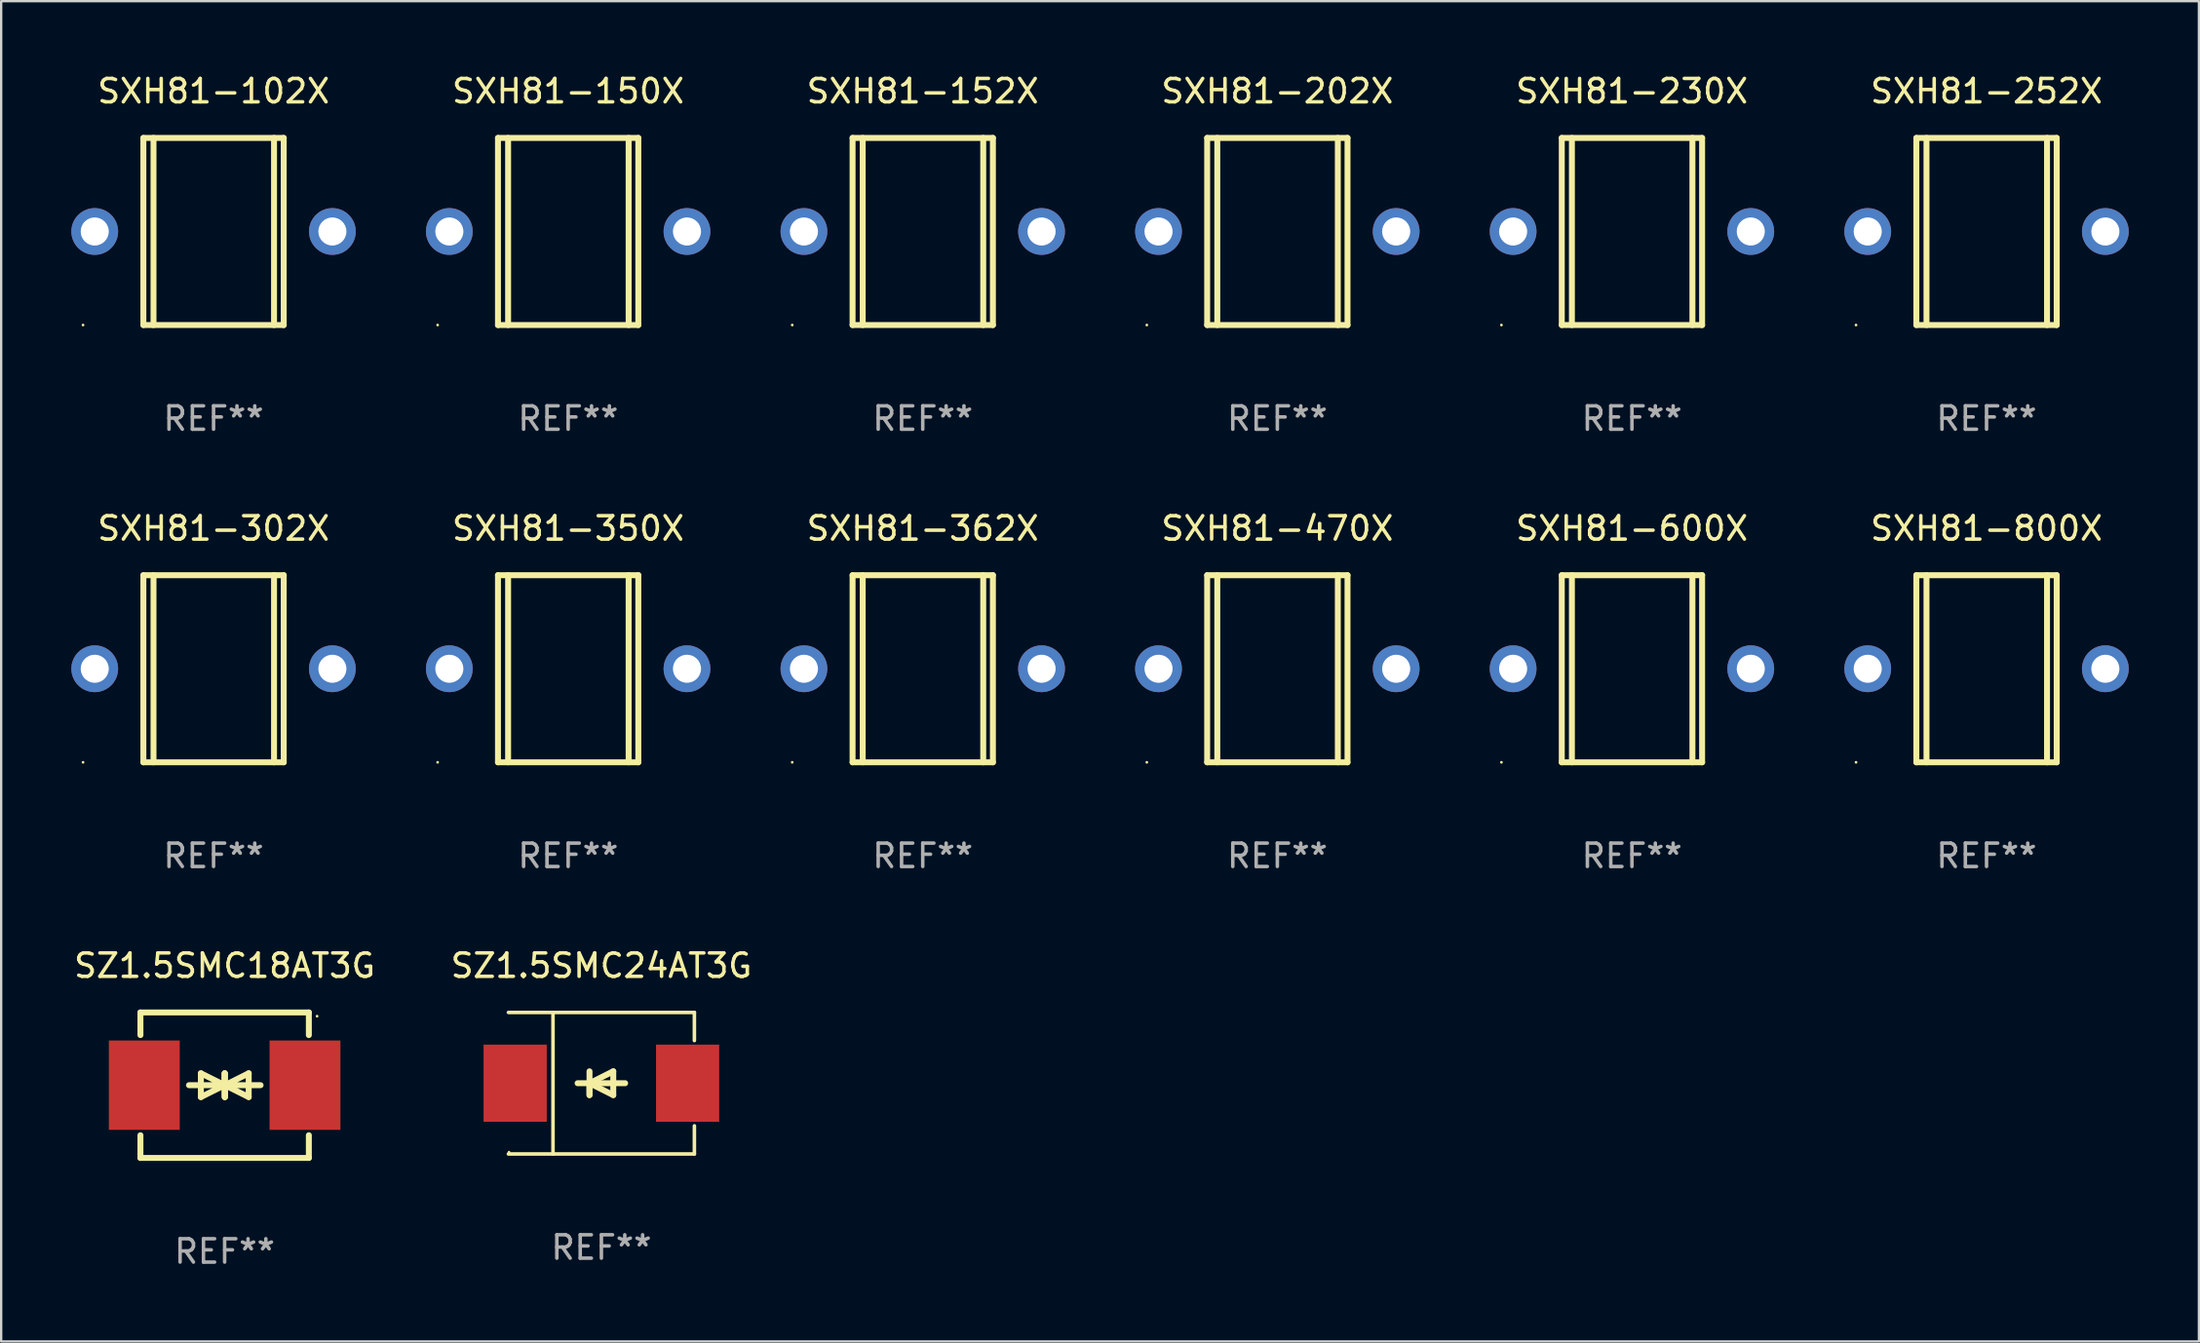
<source format=kicad_pcb>
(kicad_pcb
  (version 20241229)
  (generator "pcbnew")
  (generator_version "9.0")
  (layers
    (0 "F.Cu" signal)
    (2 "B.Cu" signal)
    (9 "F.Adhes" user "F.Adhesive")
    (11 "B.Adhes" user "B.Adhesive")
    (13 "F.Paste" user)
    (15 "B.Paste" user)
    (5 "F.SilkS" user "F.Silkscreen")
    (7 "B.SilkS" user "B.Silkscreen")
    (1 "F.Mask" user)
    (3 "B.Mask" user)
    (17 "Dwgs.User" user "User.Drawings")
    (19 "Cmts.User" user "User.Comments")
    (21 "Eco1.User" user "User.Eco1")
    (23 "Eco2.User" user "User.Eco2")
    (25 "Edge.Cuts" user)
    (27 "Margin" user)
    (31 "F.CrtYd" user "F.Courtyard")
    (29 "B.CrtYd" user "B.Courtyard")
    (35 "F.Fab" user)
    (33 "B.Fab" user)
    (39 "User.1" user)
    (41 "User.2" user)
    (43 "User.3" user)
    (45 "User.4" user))
  (footprint "SXH81-600X"
    (layer "F.Cu")
    (at 66.72 25.545)
    (property "Reference" "SXH81-600X" (at 0 -6 0) (layer "F.SilkS") (effects (font (size 1 1) (thickness 0.15))))
    (attr through_hole)
    (fp_line (start -3 -4) (end -3 4) (stroke (width 0.254) (type solid)) (layer "F.SilkS"))
    (fp_line (start -3 -4) (end 3 -4) (stroke (width 0.254) (type solid)) (layer "F.SilkS"))
    (fp_line (start -3 4) (end 3 4) (stroke (width 0.254) (type solid)) (layer "F.SilkS"))
    (fp_line (start -2.567 -4) (end -2.567 4) (stroke (width 0.254) (type solid)) (layer "F.SilkS"))
    (fp_line (start 2.586 -4) (end 2.586 4) (stroke (width 0.254) (type solid)) (layer "F.SilkS"))
    (fp_line (start 3 -4) (end 3 4) (stroke (width 0.254) (type solid)) (layer "F.SilkS"))
    (fp_circle (center -5.58 4) (end -5.55 4) (stroke (width 0.06) (type solid)) (fill no) (layer "F.SilkS"))
    (fp_text user "REF**" (at 0 8 0) (layer "F.Fab") (effects (font (size 1 1) (thickness 0.15))))
    (pad "1" thru_hole circle (at -5.08 0) (size 2 2) (drill 1.2) (layers "*.Cu" "*.Mask"))
    (pad "2" thru_hole circle (at 5.08 0) (size 2 2) (drill 1.2) (layers "*.Cu" "*.Mask")))
  (footprint "SXH81-302X"
    (layer "F.Cu")
    (at 6.08 25.545)
    (property "Reference" "SXH81-302X" (at 0 -6 0) (layer "F.SilkS") (effects (font (size 1 1) (thickness 0.15))))
    (attr through_hole)
    (fp_line (start -3 -4) (end -3 4) (stroke (width 0.254) (type solid)) (layer "F.SilkS"))
    (fp_line (start -3 -4) (end 3 -4) (stroke (width 0.254) (type solid)) (layer "F.SilkS"))
    (fp_line (start -3 4) (end 3 4) (stroke (width 0.254) (type solid)) (layer "F.SilkS"))
    (fp_line (start -2.567 -4) (end -2.567 4) (stroke (width 0.254) (type solid)) (layer "F.SilkS"))
    (fp_line (start 2.586 -4) (end 2.586 4) (stroke (width 0.254) (type solid)) (layer "F.SilkS"))
    (fp_line (start 3 -4) (end 3 4) (stroke (width 0.254) (type solid)) (layer "F.SilkS"))
    (fp_circle (center -5.58 4) (end -5.55 4) (stroke (width 0.06) (type solid)) (fill no) (layer "F.SilkS"))
    (fp_text user "REF**" (at 0 8 0) (layer "F.Fab") (effects (font (size 1 1) (thickness 0.15))))
    (pad "1" thru_hole circle (at -5.08 0) (size 2 2) (drill 1.2) (layers "*.Cu" "*.Mask"))
    (pad "2" thru_hole circle (at 5.08 0) (size 2 2) (drill 1.2) (layers "*.Cu" "*.Mask")))
  (footprint "SXH81-152X"
    (layer "F.Cu")
    (at 36.4 6.848)
    (property "Reference" "SXH81-152X" (at 0 -6 0) (layer "F.SilkS") (effects (font (size 1 1) (thickness 0.15))))
    (attr through_hole)
    (fp_line (start -3 -4) (end -3 4) (stroke (width 0.254) (type solid)) (layer "F.SilkS"))
    (fp_line (start -3 -4) (end 3 -4) (stroke (width 0.254) (type solid)) (layer "F.SilkS"))
    (fp_line (start -3 4) (end 3 4) (stroke (width 0.254) (type solid)) (layer "F.SilkS"))
    (fp_line (start -2.567 -4) (end -2.567 4) (stroke (width 0.254) (type solid)) (layer "F.SilkS"))
    (fp_line (start 2.586 -4) (end 2.586 4) (stroke (width 0.254) (type solid)) (layer "F.SilkS"))
    (fp_line (start 3 -4) (end 3 4) (stroke (width 0.254) (type solid)) (layer "F.SilkS"))
    (fp_circle (center -5.58 4) (end -5.55 4) (stroke (width 0.06) (type solid)) (fill no) (layer "F.SilkS"))
    (fp_text user "REF**" (at 0 8 0) (layer "F.Fab") (effects (font (size 1 1) (thickness 0.15))))
    (pad "1" thru_hole circle (at -5.08 0) (size 2 2) (drill 1.2) (layers "*.Cu" "*.Mask"))
    (pad "2" thru_hole circle (at 5.08 0) (size 2 2) (drill 1.2) (layers "*.Cu" "*.Mask")))
  (footprint "SXH81-150X"
    (layer "F.Cu")
    (at 21.24 6.848)
    (property "Reference" "SXH81-150X" (at 0 -6 0) (layer "F.SilkS") (effects (font (size 1 1) (thickness 0.15))))
    (attr through_hole)
    (fp_line (start -3 -4) (end -3 4) (stroke (width 0.254) (type solid)) (layer "F.SilkS"))
    (fp_line (start -3 -4) (end 3 -4) (stroke (width 0.254) (type solid)) (layer "F.SilkS"))
    (fp_line (start -3 4) (end 3 4) (stroke (width 0.254) (type solid)) (layer "F.SilkS"))
    (fp_line (start -2.567 -4) (end -2.567 4) (stroke (width 0.254) (type solid)) (layer "F.SilkS"))
    (fp_line (start 2.586 -4) (end 2.586 4) (stroke (width 0.254) (type solid)) (layer "F.SilkS"))
    (fp_line (start 3 -4) (end 3 4) (stroke (width 0.254) (type solid)) (layer "F.SilkS"))
    (fp_circle (center -5.58 4) (end -5.55 4) (stroke (width 0.06) (type solid)) (fill no) (layer "F.SilkS"))
    (fp_text user "REF**" (at 0 8 0) (layer "F.Fab") (effects (font (size 1 1) (thickness 0.15))))
    (pad "1" thru_hole circle (at -5.08 0) (size 2 2) (drill 1.2) (layers "*.Cu" "*.Mask"))
    (pad "2" thru_hole circle (at 5.08 0) (size 2 2) (drill 1.2) (layers "*.Cu" "*.Mask")))
  (footprint "SZ1.5SMC18AT3G"
    (layer "F.Cu")
    (at 6.554 43.351)
    (property "Reference" "SZ1.5SMC18AT3G" (at 0 -5.11 0) (layer "F.SilkS") (effects (font (size 1 1) (thickness 0.15))))
    (attr through_hole)
    (fp_line (start -3.6 -2.141) (end -3.6 -3.11) (stroke (width 0.254) (type solid)) (layer "F.SilkS"))
    (fp_line (start -3.6 3.11) (end -3.6 2.141) (stroke (width 0.254) (type solid)) (layer "F.SilkS"))
    (fp_line (start -1.524 0) (end 0.508 0) (stroke (width 0.254) (type solid)) (layer "F.SilkS"))
    (fp_line (start -1.016 -0.508) (end -1.016 0.508) (stroke (width 0.254) (type solid)) (layer "F.SilkS"))
    (fp_line (start -1.016 0.508) (end 0 0) (stroke (width 0.254) (type solid)) (layer "F.SilkS"))
    (fp_line (start 0 -0.508) (end 0 0.508) (stroke (width 0.254) (type solid)) (layer "F.SilkS"))
    (fp_line (start 0 0) (end -1.016 -0.508) (stroke (width 0.254) (type solid)) (layer "F.SilkS"))
    (fp_line (start 0 0) (end 0 -0.508) (stroke (width 0.254) (type solid)) (layer "F.SilkS"))
    (fp_line (start 0.012 0) (end 0.012 0.508) (stroke (width 0.254) (type solid)) (layer "F.SilkS"))
    (fp_line (start 0.012 0) (end 1.028 0.508) (stroke (width 0.254) (type solid)) (layer "F.SilkS"))
    (fp_line (start 0.012 0.508) (end 0.012 -0.508) (stroke (width 0.254) (type solid)) (layer "F.SilkS"))
    (fp_line (start 1.028 -0.508) (end 0.012 0) (stroke (width 0.254) (type solid)) (layer "F.SilkS"))
    (fp_line (start 1.028 0.508) (end 1.028 -0.508) (stroke (width 0.254) (type solid)) (layer "F.SilkS"))
    (fp_line (start 1.536 0) (end -0.496 0) (stroke (width 0.254) (type solid)) (layer "F.SilkS"))
    (fp_line (start 3.6 -3.11) (end -3.6 -3.11) (stroke (width 0.254) (type solid)) (layer "F.SilkS"))
    (fp_line (start 3.6 -2.141) (end 3.6 -3.11) (stroke (width 0.254) (type solid)) (layer "F.SilkS"))
    (fp_line (start 3.6 3.11) (end -3.6 3.11) (stroke (width 0.254) (type solid)) (layer "F.SilkS"))
    (fp_line (start 3.6 3.11) (end 3.6 2.141) (stroke (width 0.254) (type solid)) (layer "F.SilkS"))
    (fp_circle (center 3.952 -2.95) (end 3.982 -2.95) (stroke (width 0.06) (type solid)) (fill no) (layer "F.SilkS"))
    (fp_text user "REF**" (at 0 7.11 0) (layer "F.Fab") (effects (font (size 1 1) (thickness 0.15))))
    (pad "1" smd rect (at 3.435 0) (size 3.03 3.82) (layers "F.Cu" "F.Mask" "F.Paste"))
    (pad "2" smd rect (at -3.435 0) (size 3.03 3.82) (layers "F.Cu" "F.Mask" "F.Paste")))
  (footprint "SZ1.5SMC24AT3G"
    (layer "F.Cu")
    (at 22.661 43.267)
    (property "Reference" "SZ1.5SMC24AT3G" (at 0 -5.026 0) (layer "F.SilkS") (effects (font (size 1 1) (thickness 0.15))))
    (attr through_hole)
    (fp_line (start -3.976 -3.026) (end 3.976 -3.026) (stroke (width 0.152) (type solid)) (layer "F.SilkS"))
    (fp_line (start -3.976 3.026) (end 3.976 3.026) (stroke (width 0.152) (type solid)) (layer "F.SilkS"))
    (fp_line (start -2.069 -3.026) (end -2.069 3.026) (stroke (width 0.152) (type solid)) (layer "F.SilkS"))
    (fp_line (start -0.508 0) (end -0.508 0.508) (stroke (width 0.254) (type solid)) (layer "F.SilkS"))
    (fp_line (start -0.508 0) (end 0.508 0.508) (stroke (width 0.254) (type solid)) (layer "F.SilkS"))
    (fp_line (start -0.508 0.508) (end -0.508 -0.508) (stroke (width 0.254) (type solid)) (layer "F.SilkS"))
    (fp_line (start 0.508 -0.508) (end -0.508 0) (stroke (width 0.254) (type solid)) (layer "F.SilkS"))
    (fp_line (start 0.508 0.508) (end 0.508 -0.508) (stroke (width 0.254) (type solid)) (layer "F.SilkS"))
    (fp_line (start 1.016 0) (end -1.016 0) (stroke (width 0.254) (type solid)) (layer "F.SilkS"))
    (fp_line (start 3.976 -3.026) (end 3.976 -1.823) (stroke (width 0.152) (type solid)) (layer "F.SilkS"))
    (fp_line (start 3.976 3.026) (end 3.976 1.823) (stroke (width 0.152) (type solid)) (layer "F.SilkS"))
    (fp_circle (center -3.95 2.95) (end -3.92 2.95) (stroke (width 0.06) (type solid)) (fill no) (layer "F.SilkS"))
    (fp_text user "REF**" (at 0 7.026 0) (layer "F.Fab") (effects (font (size 1 1) (thickness 0.15))))
    (pad "1" smd rect (at -3.686 0) (size 2.7 3.3) (layers "F.Cu" "F.Mask" "F.Paste"))
    (pad "2" smd rect (at 3.686 0) (size 2.7 3.3) (layers "F.Cu" "F.Mask" "F.Paste")))
  (footprint "SXH81-470X"
    (layer "F.Cu")
    (at 51.56 25.545)
    (property "Reference" "SXH81-470X" (at 0 -6 0) (layer "F.SilkS") (effects (font (size 1 1) (thickness 0.15))))
    (attr through_hole)
    (fp_line (start -3 -4) (end -3 4) (stroke (width 0.254) (type solid)) (layer "F.SilkS"))
    (fp_line (start -3 -4) (end 3 -4) (stroke (width 0.254) (type solid)) (layer "F.SilkS"))
    (fp_line (start -3 4) (end 3 4) (stroke (width 0.254) (type solid)) (layer "F.SilkS"))
    (fp_line (start -2.567 -4) (end -2.567 4) (stroke (width 0.254) (type solid)) (layer "F.SilkS"))
    (fp_line (start 2.586 -4) (end 2.586 4) (stroke (width 0.254) (type solid)) (layer "F.SilkS"))
    (fp_line (start 3 -4) (end 3 4) (stroke (width 0.254) (type solid)) (layer "F.SilkS"))
    (fp_circle (center -5.58 4) (end -5.55 4) (stroke (width 0.06) (type solid)) (fill no) (layer "F.SilkS"))
    (fp_text user "REF**" (at 0 8 0) (layer "F.Fab") (effects (font (size 1 1) (thickness 0.15))))
    (pad "1" thru_hole circle (at -5.08 0) (size 2 2) (drill 1.2) (layers "*.Cu" "*.Mask"))
    (pad "2" thru_hole circle (at 5.08 0) (size 2 2) (drill 1.2) (layers "*.Cu" "*.Mask")))
  (footprint "SXH81-252X"
    (layer "F.Cu")
    (at 81.88 6.848)
    (property "Reference" "SXH81-252X" (at 0 -6 0) (layer "F.SilkS") (effects (font (size 1 1) (thickness 0.15))))
    (attr through_hole)
    (fp_line (start -3 -4) (end -3 4) (stroke (width 0.254) (type solid)) (layer "F.SilkS"))
    (fp_line (start -3 -4) (end 3 -4) (stroke (width 0.254) (type solid)) (layer "F.SilkS"))
    (fp_line (start -3 4) (end 3 4) (stroke (width 0.254) (type solid)) (layer "F.SilkS"))
    (fp_line (start -2.567 -4) (end -2.567 4) (stroke (width 0.254) (type solid)) (layer "F.SilkS"))
    (fp_line (start 2.586 -4) (end 2.586 4) (stroke (width 0.254) (type solid)) (layer "F.SilkS"))
    (fp_line (start 3 -4) (end 3 4) (stroke (width 0.254) (type solid)) (layer "F.SilkS"))
    (fp_circle (center -5.58 4) (end -5.55 4) (stroke (width 0.06) (type solid)) (fill no) (layer "F.SilkS"))
    (fp_text user "REF**" (at 0 8 0) (layer "F.Fab") (effects (font (size 1 1) (thickness 0.15))))
    (pad "1" thru_hole circle (at -5.08 0) (size 2 2) (drill 1.2) (layers "*.Cu" "*.Mask"))
    (pad "2" thru_hole circle (at 5.08 0) (size 2 2) (drill 1.2) (layers "*.Cu" "*.Mask")))
  (footprint "SXH81-362X"
    (layer "F.Cu")
    (at 36.4 25.545)
    (property "Reference" "SXH81-362X" (at 0 -6 0) (layer "F.SilkS") (effects (font (size 1 1) (thickness 0.15))))
    (attr through_hole)
    (fp_line (start -3 -4) (end -3 4) (stroke (width 0.254) (type solid)) (layer "F.SilkS"))
    (fp_line (start -3 -4) (end 3 -4) (stroke (width 0.254) (type solid)) (layer "F.SilkS"))
    (fp_line (start -3 4) (end 3 4) (stroke (width 0.254) (type solid)) (layer "F.SilkS"))
    (fp_line (start -2.567 -4) (end -2.567 4) (stroke (width 0.254) (type solid)) (layer "F.SilkS"))
    (fp_line (start 2.586 -4) (end 2.586 4) (stroke (width 0.254) (type solid)) (layer "F.SilkS"))
    (fp_line (start 3 -4) (end 3 4) (stroke (width 0.254) (type solid)) (layer "F.SilkS"))
    (fp_circle (center -5.58 4) (end -5.55 4) (stroke (width 0.06) (type solid)) (fill no) (layer "F.SilkS"))
    (fp_text user "REF**" (at 0 8 0) (layer "F.Fab") (effects (font (size 1 1) (thickness 0.15))))
    (pad "1" thru_hole circle (at -5.08 0) (size 2 2) (drill 1.2) (layers "*.Cu" "*.Mask"))
    (pad "2" thru_hole circle (at 5.08 0) (size 2 2) (drill 1.2) (layers "*.Cu" "*.Mask")))
  (footprint "SXH81-800X"
    (layer "F.Cu")
    (at 81.88 25.545)
    (property "Reference" "SXH81-800X" (at 0 -6 0) (layer "F.SilkS") (effects (font (size 1 1) (thickness 0.15))))
    (attr through_hole)
    (fp_line (start -3 -4) (end -3 4) (stroke (width 0.254) (type solid)) (layer "F.SilkS"))
    (fp_line (start -3 -4) (end 3 -4) (stroke (width 0.254) (type solid)) (layer "F.SilkS"))
    (fp_line (start -3 4) (end 3 4) (stroke (width 0.254) (type solid)) (layer "F.SilkS"))
    (fp_line (start -2.567 -4) (end -2.567 4) (stroke (width 0.254) (type solid)) (layer "F.SilkS"))
    (fp_line (start 2.586 -4) (end 2.586 4) (stroke (width 0.254) (type solid)) (layer "F.SilkS"))
    (fp_line (start 3 -4) (end 3 4) (stroke (width 0.254) (type solid)) (layer "F.SilkS"))
    (fp_circle (center -5.58 4) (end -5.55 4) (stroke (width 0.06) (type solid)) (fill no) (layer "F.SilkS"))
    (fp_text user "REF**" (at 0 8 0) (layer "F.Fab") (effects (font (size 1 1) (thickness 0.15))))
    (pad "1" thru_hole circle (at -5.08 0) (size 2 2) (drill 1.2) (layers "*.Cu" "*.Mask"))
    (pad "2" thru_hole circle (at 5.08 0) (size 2 2) (drill 1.2) (layers "*.Cu" "*.Mask")))
  (footprint "SXH81-102X"
    (layer "F.Cu")
    (at 6.08 6.848)
    (property "Reference" "SXH81-102X" (at 0 -6 0) (layer "F.SilkS") (effects (font (size 1 1) (thickness 0.15))))
    (attr through_hole)
    (fp_line (start -3 -4) (end -3 4) (stroke (width 0.254) (type solid)) (layer "F.SilkS"))
    (fp_line (start -3 -4) (end 3 -4) (stroke (width 0.254) (type solid)) (layer "F.SilkS"))
    (fp_line (start -3 4) (end 3 4) (stroke (width 0.254) (type solid)) (layer "F.SilkS"))
    (fp_line (start -2.567 -4) (end -2.567 4) (stroke (width 0.254) (type solid)) (layer "F.SilkS"))
    (fp_line (start 2.586 -4) (end 2.586 4) (stroke (width 0.254) (type solid)) (layer "F.SilkS"))
    (fp_line (start 3 -4) (end 3 4) (stroke (width 0.254) (type solid)) (layer "F.SilkS"))
    (fp_circle (center -5.58 4) (end -5.55 4) (stroke (width 0.06) (type solid)) (fill no) (layer "F.SilkS"))
    (fp_text user "REF**" (at 0 8 0) (layer "F.Fab") (effects (font (size 1 1) (thickness 0.15))))
    (pad "1" thru_hole circle (at -5.08 0) (size 2 2) (drill 1.2) (layers "*.Cu" "*.Mask"))
    (pad "2" thru_hole circle (at 5.08 0) (size 2 2) (drill 1.2) (layers "*.Cu" "*.Mask")))
  (footprint "SXH81-350X"
    (layer "F.Cu")
    (at 21.24 25.545)
    (property "Reference" "SXH81-350X" (at 0 -6 0) (layer "F.SilkS") (effects (font (size 1 1) (thickness 0.15))))
    (attr through_hole)
    (fp_line (start -3 -4) (end -3 4) (stroke (width 0.254) (type solid)) (layer "F.SilkS"))
    (fp_line (start -3 -4) (end 3 -4) (stroke (width 0.254) (type solid)) (layer "F.SilkS"))
    (fp_line (start -3 4) (end 3 4) (stroke (width 0.254) (type solid)) (layer "F.SilkS"))
    (fp_line (start -2.567 -4) (end -2.567 4) (stroke (width 0.254) (type solid)) (layer "F.SilkS"))
    (fp_line (start 2.586 -4) (end 2.586 4) (stroke (width 0.254) (type solid)) (layer "F.SilkS"))
    (fp_line (start 3 -4) (end 3 4) (stroke (width 0.254) (type solid)) (layer "F.SilkS"))
    (fp_circle (center -5.58 4) (end -5.55 4) (stroke (width 0.06) (type solid)) (fill no) (layer "F.SilkS"))
    (fp_text user "REF**" (at 0 8 0) (layer "F.Fab") (effects (font (size 1 1) (thickness 0.15))))
    (pad "1" thru_hole circle (at -5.08 0) (size 2 2) (drill 1.2) (layers "*.Cu" "*.Mask"))
    (pad "2" thru_hole circle (at 5.08 0) (size 2 2) (drill 1.2) (layers "*.Cu" "*.Mask")))
  (footprint "SXH81-230X"
    (layer "F.Cu")
    (at 66.72 6.848)
    (property "Reference" "SXH81-230X" (at 0 -6 0) (layer "F.SilkS") (effects (font (size 1 1) (thickness 0.15))))
    (attr through_hole)
    (fp_line (start -3 -4) (end -3 4) (stroke (width 0.254) (type solid)) (layer "F.SilkS"))
    (fp_line (start -3 -4) (end 3 -4) (stroke (width 0.254) (type solid)) (layer "F.SilkS"))
    (fp_line (start -3 4) (end 3 4) (stroke (width 0.254) (type solid)) (layer "F.SilkS"))
    (fp_line (start -2.567 -4) (end -2.567 4) (stroke (width 0.254) (type solid)) (layer "F.SilkS"))
    (fp_line (start 2.586 -4) (end 2.586 4) (stroke (width 0.254) (type solid)) (layer "F.SilkS"))
    (fp_line (start 3 -4) (end 3 4) (stroke (width 0.254) (type solid)) (layer "F.SilkS"))
    (fp_circle (center -5.58 4) (end -5.55 4) (stroke (width 0.06) (type solid)) (fill no) (layer "F.SilkS"))
    (fp_text user "REF**" (at 0 8 0) (layer "F.Fab") (effects (font (size 1 1) (thickness 0.15))))
    (pad "1" thru_hole circle (at -5.08 0) (size 2 2) (drill 1.2) (layers "*.Cu" "*.Mask"))
    (pad "2" thru_hole circle (at 5.08 0) (size 2 2) (drill 1.2) (layers "*.Cu" "*.Mask")))
  (footprint "SXH81-202X"
    (layer "F.Cu")
    (at 51.56 6.848)
    (property "Reference" "SXH81-202X" (at 0 -6 0) (layer "F.SilkS") (effects (font (size 1 1) (thickness 0.15))))
    (attr through_hole)
    (fp_line (start -3 -4) (end -3 4) (stroke (width 0.254) (type solid)) (layer "F.SilkS"))
    (fp_line (start -3 -4) (end 3 -4) (stroke (width 0.254) (type solid)) (layer "F.SilkS"))
    (fp_line (start -3 4) (end 3 4) (stroke (width 0.254) (type solid)) (layer "F.SilkS"))
    (fp_line (start -2.567 -4) (end -2.567 4) (stroke (width 0.254) (type solid)) (layer "F.SilkS"))
    (fp_line (start 2.586 -4) (end 2.586 4) (stroke (width 0.254) (type solid)) (layer "F.SilkS"))
    (fp_line (start 3 -4) (end 3 4) (stroke (width 0.254) (type solid)) (layer "F.SilkS"))
    (fp_circle (center -5.58 4) (end -5.55 4) (stroke (width 0.06) (type solid)) (fill no) (layer "F.SilkS"))
    (fp_text user "REF**" (at 0 8 0) (layer "F.Fab") (effects (font (size 1 1) (thickness 0.15))))
    (pad "1" thru_hole circle (at -5.08 0) (size 2 2) (drill 1.2) (layers "*.Cu" "*.Mask"))
    (pad "2" thru_hole circle (at 5.08 0) (size 2 2) (drill 1.2) (layers "*.Cu" "*.Mask")))
  (gr_rect
    (start -3 -3)
    (end 90.96 54.31)
    (stroke (width 0.1) (type default))
    (fill no)
    (layer "Edge.Cuts")))
</source>
